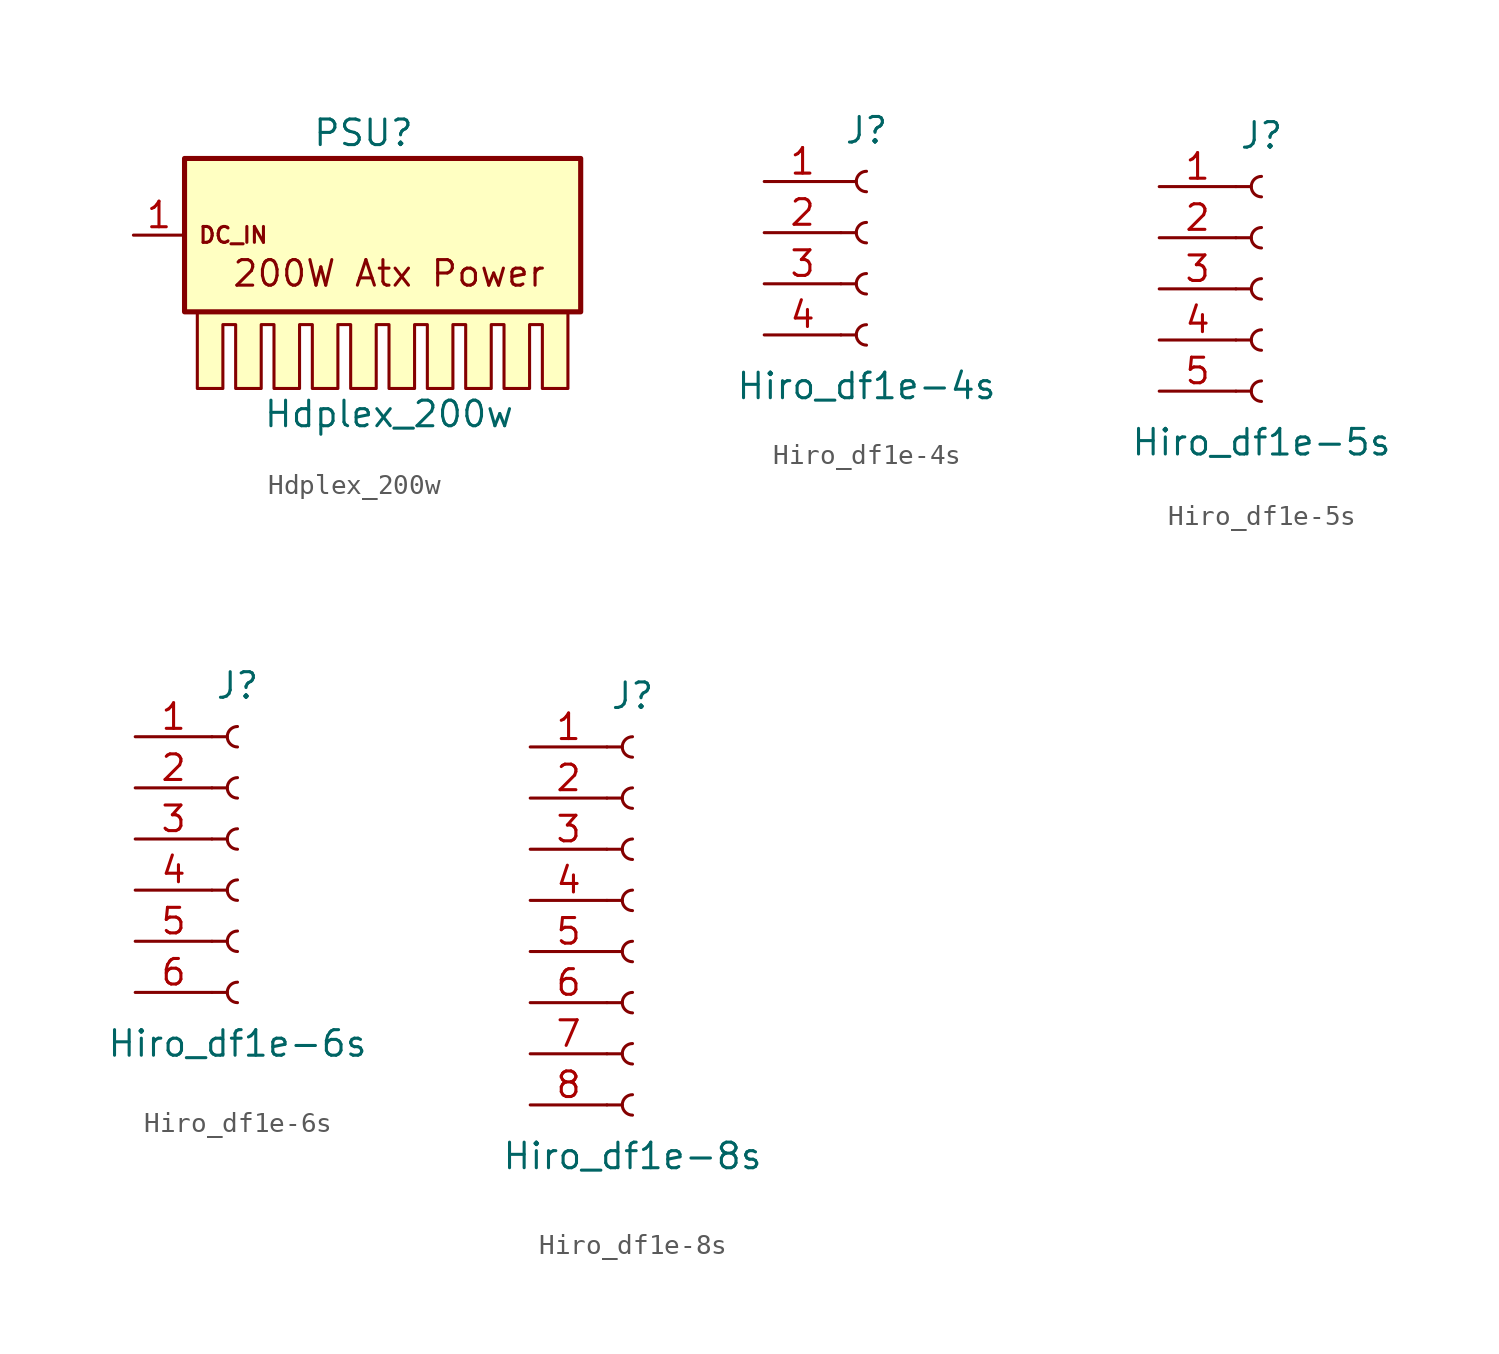
<source format=kicad_sym>
(kicad_symbol_lib
  (version 20211014)
  (generator kicad_symbol_editor)
  (symbol "Hdplex_200w"
    (pin_names
      (offset 1.016) hide)
    (property "Reference" "PSU"
      (at 0 5.08 0)
      (effects (font (size 1.27 1.27))))
    (property "Value" "Hdplex_200w"
      (at 1.27 -8.89 0)
      (effects (font (size 1.27 1.27))))
    (symbol "Hdplex_200w_0_0"
      (polyline (pts (xy -8.255 -4.445) (xy -8.255 -7.62) (xy -6.985 -7.62) (xy -6.985 -4.445) (xy -6.35 -4.445) (xy -6.35 -7.62) (xy -5.08 -7.62) (xy -5.08 -4.445) (xy -4.445 -4.445) (xy -4.445 -7.62) (xy -3.175 -7.62) (xy -3.175 -4.445) (xy -2.54 -4.445) (xy -2.54 -7.62) (xy -1.905 -7.62) (xy -1.27 -7.62) (xy -1.27 -4.445) (xy -0.635 -4.445) (xy -0.635 -7.62) (xy 0.635 -7.62) (xy 0.635 -4.445) (xy 1.27 -4.445) (xy 1.27 -7.62) (xy 2.54 -7.62) (xy 2.54 -4.445) (xy 3.175 -4.445) (xy 3.175 -7.62) (xy 4.445 -7.62) (xy 4.445 -4.445) (xy 5.08 -4.445) (xy 5.08 -7.62) (xy 6.35 -7.62) (xy 6.35 -4.445) (xy 6.985 -4.445) (xy 6.985 -7.62) (xy 8.255 -7.62) (xy 8.255 -4.445) (xy 8.89 -4.445) (xy 8.89 -7.62) (xy 10.16 -7.62) (xy 10.16 -4.445) (xy 10.16 -3.81) (xy -8.255 -3.81) (xy -8.255 -4.445)) (stroke (width 0) (type default) (color 0 0 0 0)) (fill (type background)))
      (text "200W Atx Power" (at 1.27 -1.905 0) (effects (font (size 1.27 1.27))))
      (text "DC_IN" (at -8.255 0 0) (effects (font (size 0.787 0.787)) (justify left))))
    (symbol "Hdplex_200w_0_1"
      (rectangle (start 10.795 3.81) (end -8.89 -3.81) (stroke (width 0.254) (type default) (color 0 0 0 0)) (fill (type background))))
    (symbol "Hdplex_200w_1_1"
      (pin passive line (at -11.43 0 0) (length 2.54) (name "DC_IN" (effects (font (size 1.27 1.27)))) (number "1" (effects (font (size 1.27 1.27)))))))
  (symbol "Hiro_df1e-4s"
    (pin_names
      (offset 1.016) hide)
    (property "Reference" "J"
      (at 0 7.62 0)
      (effects (font (size 1.27 1.27))))
    (property "Value" "Hiro_df1e-4s"
      (at 0 -5.08 0)
      (effects (font (size 1.27 1.27))))
    (symbol "Hiro_df1e-4s_1_1"
      (arc (start 0 -2.032) (mid -0.508 -2.54) (end 0 -3.048) (stroke (width 0.1524) (type default) (color 0 0 0 0)) (fill (type none)))
      (polyline (pts (xy -1.27 -2.54) (xy -0.508 -2.54)) (stroke (width 0.152) (type default) (color 0 0 0 0)) (fill (type none)))
      (polyline (pts (xy -1.27 0) (xy -0.508 0)) (stroke (width 0.152) (type default) (color 0 0 0 0)) (fill (type none)))
      (polyline (pts (xy -1.27 2.54) (xy -0.508 2.54)) (stroke (width 0.152) (type default) (color 0 0 0 0)) (fill (type none)))
      (polyline (pts (xy -1.27 5.08) (xy -0.508 5.08)) (stroke (width 0.152) (type default) (color 0 0 0 0)) (fill (type none)))
      (arc (start 0 0.508) (mid -0.508 0) (end 0 -0.508) (stroke (width 0.1524) (type default) (color 0 0 0 0)) (fill (type none)))
      (arc (start 0 3.048) (mid -0.508 2.54) (end 0 2.032) (stroke (width 0.1524) (type default) (color 0 0 0 0)) (fill (type none)))
      (arc (start 0 5.588) (mid -0.508 5.08) (end 0 4.572) (stroke (width 0.1524) (type default) (color 0 0 0 0)) (fill (type none)))
      (pin passive line (at -5.08 5.08 0) (length 3.81) (name "Pin_1" (effects (font (size 1.27 1.27)))) (number "1" (effects (font (size 1.27 1.27)))))
      (pin passive line (at -5.08 2.54 0) (length 3.81) (name "Pin_2" (effects (font (size 1.27 1.27)))) (number "2" (effects (font (size 1.27 1.27)))))
      (pin passive line (at -5.08 0 0) (length 3.81) (name "Pin_3" (effects (font (size 1.27 1.27)))) (number "3" (effects (font (size 1.27 1.27)))))
      (pin passive line (at -5.08 -2.54 0) (length 3.81) (name "Pin_4" (effects (font (size 1.27 1.27)))) (number "4" (effects (font (size 1.27 1.27)))))))
  (symbol "Hiro_df1e-5s"
    (pin_names
      (offset 1.016) hide)
    (property "Reference" "J"
      (at 0 7.62 0)
      (effects (font (size 1.27 1.27))))
    (property "Value" "Hiro_df1e-5s"
      (at 0 -7.62 0)
      (effects (font (size 1.27 1.27))))
    (symbol "Hiro_df1e-5s_1_1"
      (arc (start 0 -4.572) (mid -0.508 -5.08) (end 0 -5.588) (stroke (width 0.1524) (type default) (color 0 0 0 0)) (fill (type none)))
      (arc (start 0 -2.032) (mid -0.508 -2.54) (end 0 -3.048) (stroke (width 0.1524) (type default) (color 0 0 0 0)) (fill (type none)))
      (polyline (pts (xy -1.27 -5.08) (xy -0.508 -5.08)) (stroke (width 0.152) (type default) (color 0 0 0 0)) (fill (type none)))
      (polyline (pts (xy -1.27 -2.54) (xy -0.508 -2.54)) (stroke (width 0.152) (type default) (color 0 0 0 0)) (fill (type none)))
      (polyline (pts (xy -1.27 0) (xy -0.508 0)) (stroke (width 0.152) (type default) (color 0 0 0 0)) (fill (type none)))
      (polyline (pts (xy -1.27 2.54) (xy -0.508 2.54)) (stroke (width 0.152) (type default) (color 0 0 0 0)) (fill (type none)))
      (polyline (pts (xy -1.27 5.08) (xy -0.508 5.08)) (stroke (width 0.152) (type default) (color 0 0 0 0)) (fill (type none)))
      (arc (start 0 0.508) (mid -0.508 0) (end 0 -0.508) (stroke (width 0.1524) (type default) (color 0 0 0 0)) (fill (type none)))
      (arc (start 0 3.048) (mid -0.508 2.54) (end 0 2.032) (stroke (width 0.1524) (type default) (color 0 0 0 0)) (fill (type none)))
      (arc (start 0 5.588) (mid -0.508 5.08) (end 0 4.572) (stroke (width 0.1524) (type default) (color 0 0 0 0)) (fill (type none)))
      (pin passive line (at -5.08 5.08 0) (length 3.81) (name "Pin_1" (effects (font (size 1.27 1.27)))) (number "1" (effects (font (size 1.27 1.27)))))
      (pin passive line (at -5.08 2.54 0) (length 3.81) (name "Pin_2" (effects (font (size 1.27 1.27)))) (number "2" (effects (font (size 1.27 1.27)))))
      (pin passive line (at -5.08 0 0) (length 3.81) (name "Pin_3" (effects (font (size 1.27 1.27)))) (number "3" (effects (font (size 1.27 1.27)))))
      (pin passive line (at -5.08 -2.54 0) (length 3.81) (name "Pin_4" (effects (font (size 1.27 1.27)))) (number "4" (effects (font (size 1.27 1.27)))))
      (pin passive line (at -5.08 -5.08 0) (length 3.81) (name "Pin_5" (effects (font (size 1.27 1.27)))) (number "5" (effects (font (size 1.27 1.27)))))))
  (symbol "Hiro_df1e-6s"
    (pin_names
      (offset 1.016) hide)
    (property "Reference" "J"
      (at 0 7.62 0)
      (effects (font (size 1.27 1.27))))
    (property "Value" "Hiro_df1e-6s"
      (at 0 -10.16 0)
      (effects (font (size 1.27 1.27))))
    (symbol "Hiro_df1e-6s_1_1"
      (arc (start 0 -7.112) (mid -0.508 -7.62) (end 0 -8.128) (stroke (width 0.1524) (type default) (color 0 0 0 0)) (fill (type none)))
      (arc (start 0 -4.572) (mid -0.508 -5.08) (end 0 -5.588) (stroke (width 0.1524) (type default) (color 0 0 0 0)) (fill (type none)))
      (arc (start 0 -2.032) (mid -0.508 -2.54) (end 0 -3.048) (stroke (width 0.1524) (type default) (color 0 0 0 0)) (fill (type none)))
      (polyline (pts (xy -1.27 -7.62) (xy -0.508 -7.62)) (stroke (width 0.152) (type default) (color 0 0 0 0)) (fill (type none)))
      (polyline (pts (xy -1.27 -5.08) (xy -0.508 -5.08)) (stroke (width 0.152) (type default) (color 0 0 0 0)) (fill (type none)))
      (polyline (pts (xy -1.27 -2.54) (xy -0.508 -2.54)) (stroke (width 0.152) (type default) (color 0 0 0 0)) (fill (type none)))
      (polyline (pts (xy -1.27 0) (xy -0.508 0)) (stroke (width 0.152) (type default) (color 0 0 0 0)) (fill (type none)))
      (polyline (pts (xy -1.27 2.54) (xy -0.508 2.54)) (stroke (width 0.152) (type default) (color 0 0 0 0)) (fill (type none)))
      (polyline (pts (xy -1.27 5.08) (xy -0.508 5.08)) (stroke (width 0.152) (type default) (color 0 0 0 0)) (fill (type none)))
      (arc (start 0 0.508) (mid -0.508 0) (end 0 -0.508) (stroke (width 0.1524) (type default) (color 0 0 0 0)) (fill (type none)))
      (arc (start 0 3.048) (mid -0.508 2.54) (end 0 2.032) (stroke (width 0.1524) (type default) (color 0 0 0 0)) (fill (type none)))
      (arc (start 0 5.588) (mid -0.508 5.08) (end 0 4.572) (stroke (width 0.1524) (type default) (color 0 0 0 0)) (fill (type none)))
      (pin passive line (at -5.08 5.08 0) (length 3.81) (name "Pin_1" (effects (font (size 1.27 1.27)))) (number "1" (effects (font (size 1.27 1.27)))))
      (pin passive line (at -5.08 2.54 0) (length 3.81) (name "Pin_2" (effects (font (size 1.27 1.27)))) (number "2" (effects (font (size 1.27 1.27)))))
      (pin passive line (at -5.08 0 0) (length 3.81) (name "Pin_3" (effects (font (size 1.27 1.27)))) (number "3" (effects (font (size 1.27 1.27)))))
      (pin passive line (at -5.08 -2.54 0) (length 3.81) (name "Pin_4" (effects (font (size 1.27 1.27)))) (number "4" (effects (font (size 1.27 1.27)))))
      (pin passive line (at -5.08 -5.08 0) (length 3.81) (name "Pin_5" (effects (font (size 1.27 1.27)))) (number "5" (effects (font (size 1.27 1.27)))))
      (pin passive line (at -5.08 -7.62 0) (length 3.81) (name "Pin_6" (effects (font (size 1.27 1.27)))) (number "6" (effects (font (size 1.27 1.27)))))))
  (symbol "Hiro_df1e-8s"
    (pin_names
      (offset 1.016) hide)
    (property "Reference" "J"
      (at 0 10.16 0)
      (effects (font (size 1.27 1.27))))
    (property "Value" "Hiro_df1e-8s"
      (at 0 -12.7 0)
      (effects (font (size 1.27 1.27))))
    (symbol "Hiro_df1e-8s_1_1"
      (arc (start 0 -9.652) (mid -0.508 -10.16) (end 0 -10.668) (stroke (width 0.1524) (type default) (color 0 0 0 0)) (fill (type none)))
      (arc (start 0 -7.112) (mid -0.508 -7.62) (end 0 -8.128) (stroke (width 0.1524) (type default) (color 0 0 0 0)) (fill (type none)))
      (arc (start 0 -4.572) (mid -0.508 -5.08) (end 0 -5.588) (stroke (width 0.1524) (type default) (color 0 0 0 0)) (fill (type none)))
      (arc (start 0 -2.032) (mid -0.508 -2.54) (end 0 -3.048) (stroke (width 0.1524) (type default) (color 0 0 0 0)) (fill (type none)))
      (polyline (pts (xy -1.27 -10.16) (xy -0.508 -10.16)) (stroke (width 0.152) (type default) (color 0 0 0 0)) (fill (type none)))
      (polyline (pts (xy -1.27 -7.62) (xy -0.508 -7.62)) (stroke (width 0.152) (type default) (color 0 0 0 0)) (fill (type none)))
      (polyline (pts (xy -1.27 -5.08) (xy -0.508 -5.08)) (stroke (width 0.152) (type default) (color 0 0 0 0)) (fill (type none)))
      (polyline (pts (xy -1.27 -2.54) (xy -0.508 -2.54)) (stroke (width 0.152) (type default) (color 0 0 0 0)) (fill (type none)))
      (polyline (pts (xy -1.27 0) (xy -0.508 0)) (stroke (width 0.152) (type default) (color 0 0 0 0)) (fill (type none)))
      (polyline (pts (xy -1.27 2.54) (xy -0.508 2.54)) (stroke (width 0.152) (type default) (color 0 0 0 0)) (fill (type none)))
      (polyline (pts (xy -1.27 5.08) (xy -0.508 5.08)) (stroke (width 0.152) (type default) (color 0 0 0 0)) (fill (type none)))
      (polyline (pts (xy -1.27 7.62) (xy -0.508 7.62)) (stroke (width 0.152) (type default) (color 0 0 0 0)) (fill (type none)))
      (arc (start 0 0.508) (mid -0.508 0) (end 0 -0.508) (stroke (width 0.1524) (type default) (color 0 0 0 0)) (fill (type none)))
      (arc (start 0 3.048) (mid -0.508 2.54) (end 0 2.032) (stroke (width 0.1524) (type default) (color 0 0 0 0)) (fill (type none)))
      (arc (start 0 5.588) (mid -0.508 5.08) (end 0 4.572) (stroke (width 0.1524) (type default) (color 0 0 0 0)) (fill (type none)))
      (arc (start 0 8.128) (mid -0.508 7.62) (end 0 7.112) (stroke (width 0.1524) (type default) (color 0 0 0 0)) (fill (type none)))
      (pin passive line (at -5.08 7.62 0) (length 3.81) (name "Pin_1" (effects (font (size 1.27 1.27)))) (number "1" (effects (font (size 1.27 1.27)))))
      (pin passive line (at -5.08 5.08 0) (length 3.81) (name "Pin_2" (effects (font (size 1.27 1.27)))) (number "2" (effects (font (size 1.27 1.27)))))
      (pin passive line (at -5.08 2.54 0) (length 3.81) (name "Pin_3" (effects (font (size 1.27 1.27)))) (number "3" (effects (font (size 1.27 1.27)))))
      (pin passive line (at -5.08 0 0) (length 3.81) (name "Pin_4" (effects (font (size 1.27 1.27)))) (number "4" (effects (font (size 1.27 1.27)))))
      (pin passive line (at -5.08 -2.54 0) (length 3.81) (name "Pin_5" (effects (font (size 1.27 1.27)))) (number "5" (effects (font (size 1.27 1.27)))))
      (pin passive line (at -5.08 -5.08 0) (length 3.81) (name "Pin_6" (effects (font (size 1.27 1.27)))) (number "6" (effects (font (size 1.27 1.27)))))
      (pin passive line (at -5.08 -7.62 0) (length 3.81) (name "Pin_7" (effects (font (size 1.27 1.27)))) (number "7" (effects (font (size 1.27 1.27)))))
      (pin passive line (at -5.08 -10.16 0) (length 3.81) (name "Pin_8" (effects (font (size 1.27 1.27)))) (number "8" (effects (font (size 1.27 1.27))))))))
</source>
